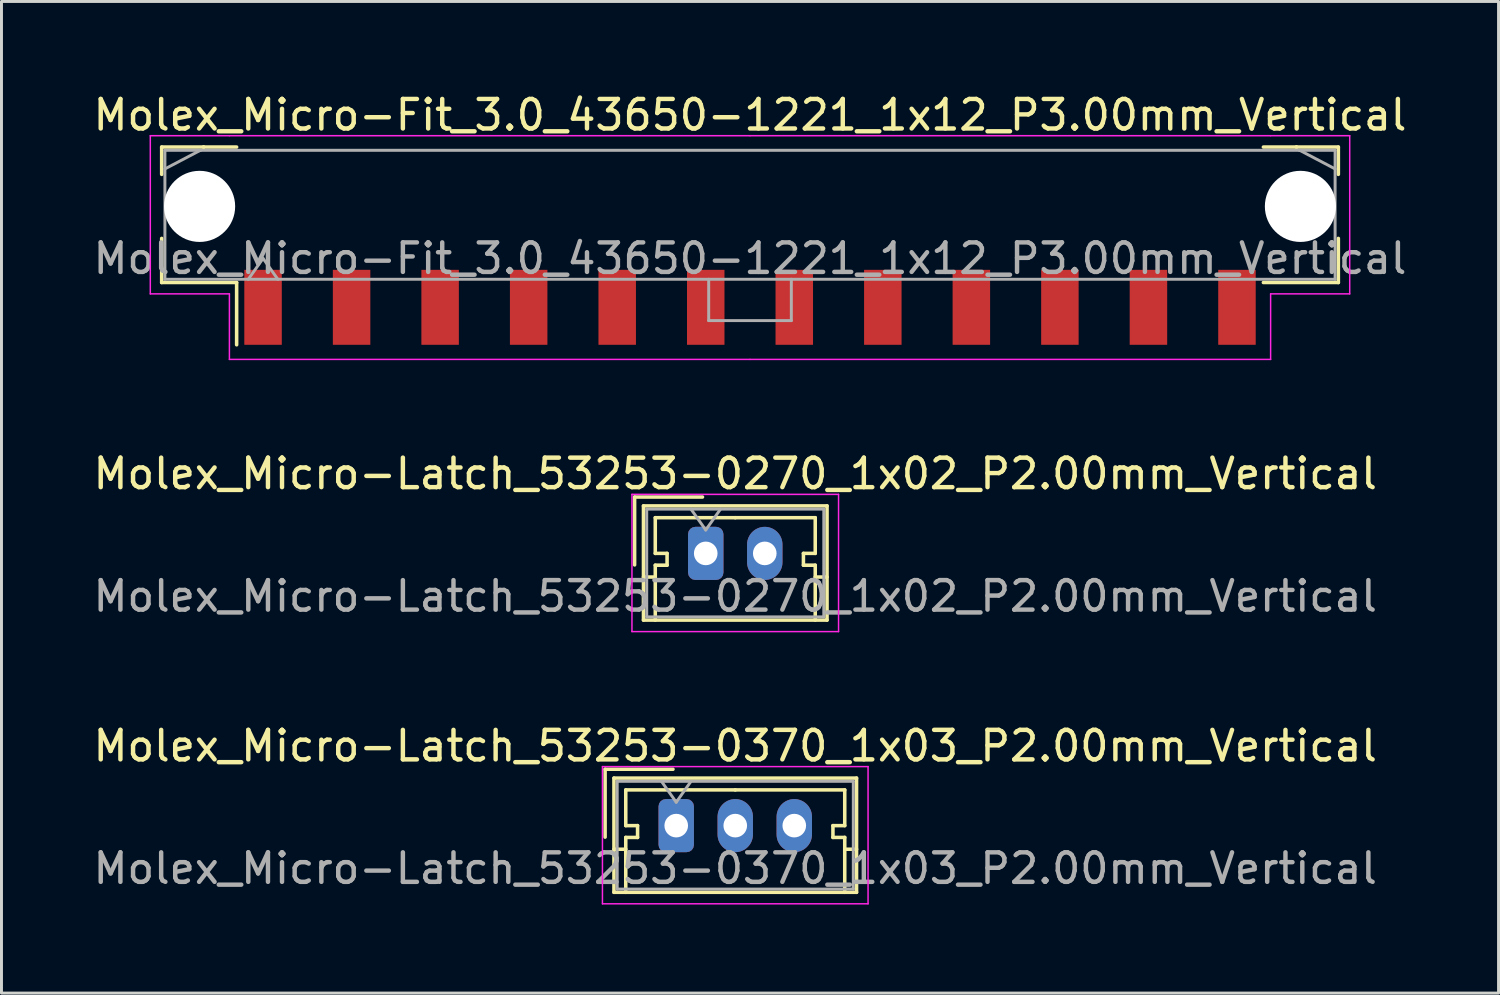
<source format=kicad_pcb>
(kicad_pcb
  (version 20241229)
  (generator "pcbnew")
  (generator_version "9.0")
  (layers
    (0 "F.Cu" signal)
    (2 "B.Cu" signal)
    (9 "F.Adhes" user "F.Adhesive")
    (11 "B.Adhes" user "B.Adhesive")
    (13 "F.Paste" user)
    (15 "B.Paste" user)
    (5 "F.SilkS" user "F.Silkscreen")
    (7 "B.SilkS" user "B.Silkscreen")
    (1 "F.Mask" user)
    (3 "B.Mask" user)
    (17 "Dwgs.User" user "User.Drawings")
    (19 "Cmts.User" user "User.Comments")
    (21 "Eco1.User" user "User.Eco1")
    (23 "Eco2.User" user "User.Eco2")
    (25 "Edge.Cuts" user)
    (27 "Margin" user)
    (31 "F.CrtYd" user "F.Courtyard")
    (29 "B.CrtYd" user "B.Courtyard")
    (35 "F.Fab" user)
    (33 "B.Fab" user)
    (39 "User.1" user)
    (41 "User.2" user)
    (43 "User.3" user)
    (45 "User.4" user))
  (footprint "Molex_Micro-Fit_3.0_43650-1221_1x12_P3.00mm_Vertical"
    (layer "F.Cu")
    (at 22.363 4.228)
    (property "Reference" "Molex_Micro-Fit_3.0_43650-1221_1x12_P3.00mm_Vertical" (at 0 -3.38 0) (layer "F.SilkS") (effects (font (size 1 1) (thickness 0.15))))
    (attr smd)
    (fp_line (start -19.935 -2.295) (end -18.515 -2.295) (stroke (width 0.12) (type solid)) (layer "F.SilkS"))
    (fp_line (start -19.935 -1.37) (end -19.935 -2.295) (stroke (width 0.12) (type solid)) (layer "F.SilkS"))
    (fp_line (start -19.935 0.8) (end -19.935 2.295) (stroke (width 0.12) (type solid)) (layer "F.SilkS"))
    (fp_line (start -19.935 2.295) (end -17.395 2.295) (stroke (width 0.12) (type solid)) (layer "F.SilkS"))
    (fp_line (start -18.515 -2.295) (end -18.515 -2.295) (stroke (width 0.12) (type solid)) (layer "F.SilkS"))
    (fp_line (start -18.515 -2.295) (end -17.395 -2.295) (stroke (width 0.12) (type solid)) (layer "F.SilkS"))
    (fp_line (start -17.395 2.295) (end -17.395 4.405) (stroke (width 0.12) (type solid)) (layer "F.SilkS"))
    (fp_line (start 18.515 -2.295) (end 17.395 -2.295) (stroke (width 0.12) (type solid)) (layer "F.SilkS"))
    (fp_line (start 18.515 -2.295) (end 18.515 -2.295) (stroke (width 0.12) (type solid)) (layer "F.SilkS"))
    (fp_line (start 19.935 -2.295) (end 18.515 -2.295) (stroke (width 0.12) (type solid)) (layer "F.SilkS"))
    (fp_line (start 19.935 -1.37) (end 19.935 -2.295) (stroke (width 0.12) (type solid)) (layer "F.SilkS"))
    (fp_line (start 19.935 0.8) (end 19.935 2.295) (stroke (width 0.12) (type solid)) (layer "F.SilkS"))
    (fp_line (start 19.935 2.295) (end 17.395 2.295) (stroke (width 0.12) (type solid)) (layer "F.SilkS"))
    (fp_line (start -20.32 -2.68) (end -20.32 2.68) (stroke (width 0.05) (type solid)) (layer "F.CrtYd"))
    (fp_line (start -20.32 2.68) (end -17.64 2.68) (stroke (width 0.05) (type solid)) (layer "F.CrtYd"))
    (fp_line (start -17.64 -2.68) (end -20.32 -2.68) (stroke (width 0.05) (type solid)) (layer "F.CrtYd"))
    (fp_line (start -17.64 2.68) (end -17.64 4.9) (stroke (width 0.05) (type solid)) (layer "F.CrtYd"))
    (fp_line (start -17.64 4.9) (end 0 4.9) (stroke (width 0.05) (type solid)) (layer "F.CrtYd"))
    (fp_line (start 0 -2.68) (end -17.64 -2.68) (stroke (width 0.05) (type solid)) (layer "F.CrtYd"))
    (fp_line (start 0 -2.68) (end 17.64 -2.68) (stroke (width 0.05) (type solid)) (layer "F.CrtYd"))
    (fp_line (start 17.64 -2.68) (end 20.32 -2.68) (stroke (width 0.05) (type solid)) (layer "F.CrtYd"))
    (fp_line (start 17.64 2.68) (end 17.64 4.9) (stroke (width 0.05) (type solid)) (layer "F.CrtYd"))
    (fp_line (start 17.64 4.9) (end 0 4.9) (stroke (width 0.05) (type solid)) (layer "F.CrtYd"))
    (fp_line (start 20.32 -2.68) (end 20.32 2.68) (stroke (width 0.05) (type solid)) (layer "F.CrtYd"))
    (fp_line (start 20.32 2.68) (end 17.64 2.68) (stroke (width 0.05) (type solid)) (layer "F.CrtYd"))
    (fp_line (start -19.825 -2.185) (end -19.825 2.185) (stroke (width 0.1) (type solid)) (layer "F.Fab"))
    (fp_line (start -19.825 -1.555) (end -18.625 -2.185) (stroke (width 0.1) (type solid)) (layer "F.Fab"))
    (fp_line (start -19.825 2.185) (end 19.825 2.185) (stroke (width 0.1) (type solid)) (layer "F.Fab"))
    (fp_line (start -18.625 -2.185) (end -19.825 -2.185) (stroke (width 0.1) (type solid)) (layer "F.Fab"))
    (fp_line (start -18.625 -2.185) (end -18.625 -2.185) (stroke (width 0.1) (type solid)) (layer "F.Fab"))
    (fp_line (start -17 2.185) (end -16.5 1.478) (stroke (width 0.1) (type solid)) (layer "F.Fab"))
    (fp_line (start -16.5 1.478) (end -16 2.185) (stroke (width 0.1) (type solid)) (layer "F.Fab"))
    (fp_line (start -1.4 2.185) (end -1.4 3.585) (stroke (width 0.1) (type solid)) (layer "F.Fab"))
    (fp_line (start -1.4 3.585) (end 1.4 3.585) (stroke (width 0.1) (type solid)) (layer "F.Fab"))
    (fp_line (start 1.4 3.585) (end 1.4 2.185) (stroke (width 0.1) (type solid)) (layer "F.Fab"))
    (fp_line (start 18.625 -2.185) (end -18.625 -2.185) (stroke (width 0.1) (type solid)) (layer "F.Fab"))
    (fp_line (start 18.625 -2.185) (end 18.625 -2.185) (stroke (width 0.1) (type solid)) (layer "F.Fab"))
    (fp_line (start 19.825 -2.185) (end 18.625 -2.185) (stroke (width 0.1) (type solid)) (layer "F.Fab"))
    (fp_line (start 19.825 -1.555) (end 18.625 -2.185) (stroke (width 0.1) (type solid)) (layer "F.Fab"))
    (fp_line (start 19.825 2.185) (end 19.825 -2.185) (stroke (width 0.1) (type solid)) (layer "F.Fab"))
    (fp_text user "${REFERENCE}" (at 0 1.48 0) (layer "F.Fab") (effects (font (size 1 1) (thickness 0.15))))
    (pad "" np_thru_hole circle (at -18.65 -0.285) (size 2.41 2.41) (drill 2.41) (layers "*.Cu" "*.Mask"))
    (pad "" np_thru_hole circle (at 18.65 -0.285) (size 2.41 2.41) (drill 2.41) (layers "*.Cu" "*.Mask"))
    (pad "1" smd rect (at -16.5 3.135) (size 1.27 2.54) (layers "F.Cu" "F.Mask" "F.Paste"))
    (pad "2" smd rect (at -13.5 3.135) (size 1.27 2.54) (layers "F.Cu" "F.Mask" "F.Paste"))
    (pad "3" smd rect (at -10.5 3.135) (size 1.27 2.54) (layers "F.Cu" "F.Mask" "F.Paste"))
    (pad "4" smd rect (at -7.5 3.135) (size 1.27 2.54) (layers "F.Cu" "F.Mask" "F.Paste"))
    (pad "5" smd rect (at -4.5 3.135) (size 1.27 2.54) (layers "F.Cu" "F.Mask" "F.Paste"))
    (pad "6" smd rect (at -1.5 3.135) (size 1.27 2.54) (layers "F.Cu" "F.Mask" "F.Paste"))
    (pad "7" smd rect (at 1.5 3.135) (size 1.27 2.54) (layers "F.Cu" "F.Mask" "F.Paste"))
    (pad "8" smd rect (at 4.5 3.135) (size 1.27 2.54) (layers "F.Cu" "F.Mask" "F.Paste"))
    (pad "9" smd rect (at 7.5 3.135) (size 1.27 2.54) (layers "F.Cu" "F.Mask" "F.Paste"))
    (pad "10" smd rect (at 10.5 3.135) (size 1.27 2.54) (layers "F.Cu" "F.Mask" "F.Paste"))
    (pad "11" smd rect (at 13.5 3.135) (size 1.27 2.54) (layers "F.Cu" "F.Mask" "F.Paste"))
    (pad "12" smd rect (at 16.5 3.135) (size 1.27 2.54) (layers "F.Cu" "F.Mask" "F.Paste")))
  (footprint "Molex_Micro-Latch_53253-0370_1x03_P2.00mm_Vertical"
    (layer "F.Cu")
    (at 19.863 24.925)
    (property "Reference" "Molex_Micro-Latch_53253-0370_1x03_P2.00mm_Vertical" (at 2 -2.7 0) (layer "F.SilkS") (effects (font (size 1 1) (thickness 0.15))))
    (attr through_hole)
    (fp_line (start -2.41 -1.91) (end -2.41 0.39) (stroke (width 0.12) (type solid)) (layer "F.SilkS"))
    (fp_line (start -2.11 -1.61) (end -2.11 2.26) (stroke (width 0.12) (type solid)) (layer "F.SilkS"))
    (fp_line (start -2.11 0.8) (end -1.71 0.8) (stroke (width 0.12) (type solid)) (layer "F.SilkS"))
    (fp_line (start -2.11 2.26) (end 6.11 2.26) (stroke (width 0.12) (type solid)) (layer "F.SilkS"))
    (fp_line (start -1.71 -1.21) (end -1.71 0) (stroke (width 0.12) (type solid)) (layer "F.SilkS"))
    (fp_line (start -1.71 0) (end -1.31 0) (stroke (width 0.12) (type solid)) (layer "F.SilkS"))
    (fp_line (start -1.71 0.4) (end -1.71 2.26) (stroke (width 0.12) (type solid)) (layer "F.SilkS"))
    (fp_line (start -1.31 0) (end -1.31 0.4) (stroke (width 0.12) (type solid)) (layer "F.SilkS"))
    (fp_line (start -1.31 0.4) (end -1.71 0.4) (stroke (width 0.12) (type solid)) (layer "F.SilkS"))
    (fp_line (start -0.11 -1.91) (end -2.41 -1.91) (stroke (width 0.12) (type solid)) (layer "F.SilkS"))
    (fp_line (start 2 -1.21) (end -1.71 -1.21) (stroke (width 0.12) (type solid)) (layer "F.SilkS"))
    (fp_line (start 2 -1.21) (end 5.71 -1.21) (stroke (width 0.12) (type solid)) (layer "F.SilkS"))
    (fp_line (start 5.31 0) (end 5.31 0.4) (stroke (width 0.12) (type solid)) (layer "F.SilkS"))
    (fp_line (start 5.31 0.4) (end 5.71 0.4) (stroke (width 0.12) (type solid)) (layer "F.SilkS"))
    (fp_line (start 5.71 -1.21) (end 5.71 0) (stroke (width 0.12) (type solid)) (layer "F.SilkS"))
    (fp_line (start 5.71 0) (end 5.31 0) (stroke (width 0.12) (type solid)) (layer "F.SilkS"))
    (fp_line (start 5.71 0.4) (end 5.71 2.26) (stroke (width 0.12) (type solid)) (layer "F.SilkS"))
    (fp_line (start 6.11 -1.61) (end -2.11 -1.61) (stroke (width 0.12) (type solid)) (layer "F.SilkS"))
    (fp_line (start 6.11 0.8) (end 5.71 0.8) (stroke (width 0.12) (type solid)) (layer "F.SilkS"))
    (fp_line (start 6.11 2.26) (end 6.11 -1.61) (stroke (width 0.12) (type solid)) (layer "F.SilkS"))
    (fp_line (start -2.5 -2) (end -2.5 2.65) (stroke (width 0.05) (type solid)) (layer "F.CrtYd"))
    (fp_line (start -2.5 2.65) (end 6.5 2.65) (stroke (width 0.05) (type solid)) (layer "F.CrtYd"))
    (fp_line (start 6.5 -2) (end -2.5 -2) (stroke (width 0.05) (type solid)) (layer "F.CrtYd"))
    (fp_line (start 6.5 2.65) (end 6.5 -2) (stroke (width 0.05) (type solid)) (layer "F.CrtYd"))
    (fp_line (start -2 -1.5) (end -2 2.15) (stroke (width 0.1) (type solid)) (layer "F.Fab"))
    (fp_line (start -2 2.15) (end 6 2.15) (stroke (width 0.1) (type solid)) (layer "F.Fab"))
    (fp_line (start -0.5 -1.5) (end 0 -0.793) (stroke (width 0.1) (type solid)) (layer "F.Fab"))
    (fp_line (start 0 -0.793) (end 0.5 -1.5) (stroke (width 0.1) (type solid)) (layer "F.Fab"))
    (fp_line (start 6 -1.5) (end -2 -1.5) (stroke (width 0.1) (type solid)) (layer "F.Fab"))
    (fp_line (start 6 2.15) (end 6 -1.5) (stroke (width 0.1) (type solid)) (layer "F.Fab"))
    (fp_text user "${REFERENCE}" (at 2 1.45 0) (layer "F.Fab") (effects (font (size 1 1) (thickness 0.15))))
    (pad "1" thru_hole roundrect (at 0 0) (size 1.2 1.8) (drill 0.8) (layers "*.Cu" "*.Mask") (roundrect_rratio 0.208))
    (pad "2" thru_hole oval (at 2 0) (size 1.2 1.8) (drill 0.8) (layers "*.Cu" "*.Mask"))
    (pad "3" thru_hole oval (at 4 0) (size 1.2 1.8) (drill 0.8) (layers "*.Cu" "*.Mask")))
  (footprint "Molex_Micro-Latch_53253-0270_1x02_P2.00mm_Vertical"
    (layer "F.Cu")
    (at 20.863 15.701)
    (property "Reference" "Molex_Micro-Latch_53253-0270_1x02_P2.00mm_Vertical" (at 1 -2.7 0) (layer "F.SilkS") (effects (font (size 1 1) (thickness 0.15))))
    (attr through_hole)
    (fp_line (start -2.41 -1.91) (end -2.41 0.39) (stroke (width 0.12) (type solid)) (layer "F.SilkS"))
    (fp_line (start -2.11 -1.61) (end -2.11 2.26) (stroke (width 0.12) (type solid)) (layer "F.SilkS"))
    (fp_line (start -2.11 0.8) (end -1.71 0.8) (stroke (width 0.12) (type solid)) (layer "F.SilkS"))
    (fp_line (start -2.11 2.26) (end 4.11 2.26) (stroke (width 0.12) (type solid)) (layer "F.SilkS"))
    (fp_line (start -1.71 -1.21) (end -1.71 0) (stroke (width 0.12) (type solid)) (layer "F.SilkS"))
    (fp_line (start -1.71 0) (end -1.31 0) (stroke (width 0.12) (type solid)) (layer "F.SilkS"))
    (fp_line (start -1.71 0.4) (end -1.71 2.26) (stroke (width 0.12) (type solid)) (layer "F.SilkS"))
    (fp_line (start -1.31 0) (end -1.31 0.4) (stroke (width 0.12) (type solid)) (layer "F.SilkS"))
    (fp_line (start -1.31 0.4) (end -1.71 0.4) (stroke (width 0.12) (type solid)) (layer "F.SilkS"))
    (fp_line (start -0.11 -1.91) (end -2.41 -1.91) (stroke (width 0.12) (type solid)) (layer "F.SilkS"))
    (fp_line (start 1 -1.21) (end -1.71 -1.21) (stroke (width 0.12) (type solid)) (layer "F.SilkS"))
    (fp_line (start 1 -1.21) (end 3.71 -1.21) (stroke (width 0.12) (type solid)) (layer "F.SilkS"))
    (fp_line (start 3.31 0) (end 3.31 0.4) (stroke (width 0.12) (type solid)) (layer "F.SilkS"))
    (fp_line (start 3.31 0.4) (end 3.71 0.4) (stroke (width 0.12) (type solid)) (layer "F.SilkS"))
    (fp_line (start 3.71 -1.21) (end 3.71 0) (stroke (width 0.12) (type solid)) (layer "F.SilkS"))
    (fp_line (start 3.71 0) (end 3.31 0) (stroke (width 0.12) (type solid)) (layer "F.SilkS"))
    (fp_line (start 3.71 0.4) (end 3.71 2.26) (stroke (width 0.12) (type solid)) (layer "F.SilkS"))
    (fp_line (start 4.11 -1.61) (end -2.11 -1.61) (stroke (width 0.12) (type solid)) (layer "F.SilkS"))
    (fp_line (start 4.11 0.8) (end 3.71 0.8) (stroke (width 0.12) (type solid)) (layer "F.SilkS"))
    (fp_line (start 4.11 2.26) (end 4.11 -1.61) (stroke (width 0.12) (type solid)) (layer "F.SilkS"))
    (fp_line (start -2.5 -2) (end -2.5 2.65) (stroke (width 0.05) (type solid)) (layer "F.CrtYd"))
    (fp_line (start -2.5 2.65) (end 4.5 2.65) (stroke (width 0.05) (type solid)) (layer "F.CrtYd"))
    (fp_line (start 4.5 -2) (end -2.5 -2) (stroke (width 0.05) (type solid)) (layer "F.CrtYd"))
    (fp_line (start 4.5 2.65) (end 4.5 -2) (stroke (width 0.05) (type solid)) (layer "F.CrtYd"))
    (fp_line (start -2 -1.5) (end -2 2.15) (stroke (width 0.1) (type solid)) (layer "F.Fab"))
    (fp_line (start -2 2.15) (end 4 2.15) (stroke (width 0.1) (type solid)) (layer "F.Fab"))
    (fp_line (start -0.5 -1.5) (end 0 -0.793) (stroke (width 0.1) (type solid)) (layer "F.Fab"))
    (fp_line (start 0 -0.793) (end 0.5 -1.5) (stroke (width 0.1) (type solid)) (layer "F.Fab"))
    (fp_line (start 4 -1.5) (end -2 -1.5) (stroke (width 0.1) (type solid)) (layer "F.Fab"))
    (fp_line (start 4 2.15) (end 4 -1.5) (stroke (width 0.1) (type solid)) (layer "F.Fab"))
    (fp_text user "${REFERENCE}" (at 1 1.45 0) (layer "F.Fab") (effects (font (size 1 1) (thickness 0.15))))
    (pad "1" thru_hole roundrect (at 0 0) (size 1.2 1.8) (drill 0.8) (layers "*.Cu" "*.Mask") (roundrect_rratio 0.208))
    (pad "2" thru_hole oval (at 2 0) (size 1.2 1.8) (drill 0.8) (layers "*.Cu" "*.Mask")))
  (gr_rect
    (start -3 -3)
    (end 47.726 30.6)
    (stroke (width 0.1) (type default))
    (fill no)
    (layer "Edge.Cuts")))
</source>
